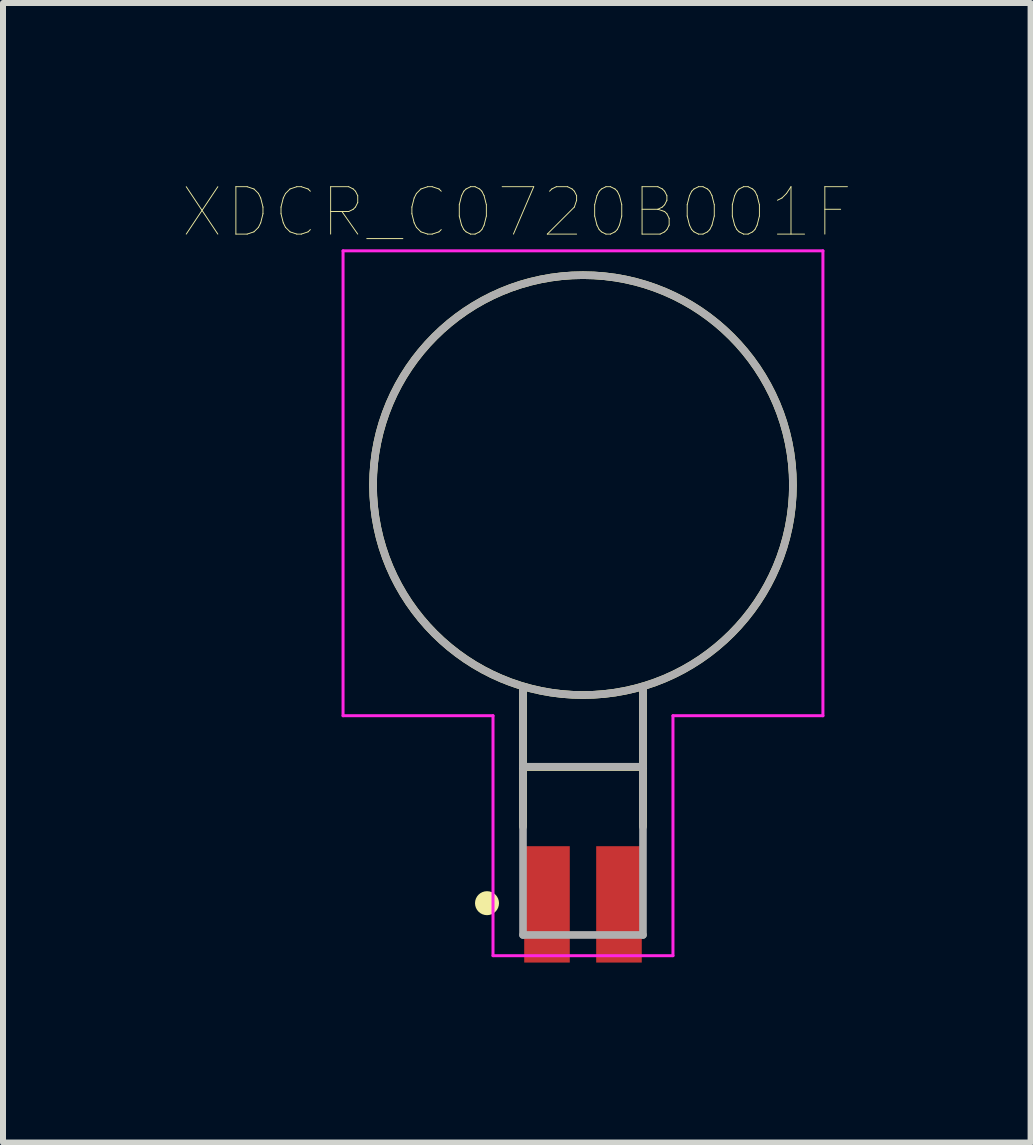
<source format=kicad_pcb>
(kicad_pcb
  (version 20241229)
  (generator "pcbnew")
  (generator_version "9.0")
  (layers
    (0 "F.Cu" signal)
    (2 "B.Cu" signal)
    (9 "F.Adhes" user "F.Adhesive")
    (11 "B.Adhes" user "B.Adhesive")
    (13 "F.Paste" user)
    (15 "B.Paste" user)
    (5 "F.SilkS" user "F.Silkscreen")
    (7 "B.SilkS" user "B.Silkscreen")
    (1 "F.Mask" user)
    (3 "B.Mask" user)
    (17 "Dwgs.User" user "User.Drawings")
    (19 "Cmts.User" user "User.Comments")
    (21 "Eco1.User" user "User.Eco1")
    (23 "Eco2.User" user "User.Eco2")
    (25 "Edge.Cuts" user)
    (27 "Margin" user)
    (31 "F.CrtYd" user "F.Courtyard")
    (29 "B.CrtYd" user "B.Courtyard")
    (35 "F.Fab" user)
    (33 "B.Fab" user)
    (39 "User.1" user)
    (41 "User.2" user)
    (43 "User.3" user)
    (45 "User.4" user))
  (footprint "XDCR_C0720B001F"
    (layer "F.Cu")
    (at 6.669 7.007)
    (property "Reference" "XDCR_C0720B001F" (at -1.103 -6.519 0) (layer "F.SilkS") (effects (font (size 0.79 0.79) (thickness 0.015))))
    (attr through_hole)
    (fp_line (start -1 2.73) (end -1 1.425) (stroke (width 0.127) (type solid)) (layer "F.SilkS"))
    (fp_line (start -1 2.73) (end 1 2.73) (stroke (width 0.127) (type solid)) (layer "F.SilkS"))
    (fp_line (start -1 3.725) (end -1 2.73) (stroke (width 0.127) (type solid)) (layer "F.SilkS"))
    (fp_line (start 1 2.73) (end 1 1.425) (stroke (width 0.127) (type solid)) (layer "F.SilkS"))
    (fp_line (start 1 3.725) (end 1 2.73) (stroke (width 0.127) (type solid)) (layer "F.SilkS"))
    (fp_circle (center -1.6 5) (end -1.5 5) (stroke (width 0.2) (type solid)) (fill no) (layer "F.SilkS"))
    (fp_circle (center 0 -1.97) (end 3.5 -1.97) (stroke (width 0.127) (type solid)) (fill no) (layer "F.SilkS"))
    (fp_line (start -4 -5.875) (end 4 -5.875) (stroke (width 0.05) (type solid)) (layer "F.CrtYd"))
    (fp_line (start -4 1.875) (end -4 -5.875) (stroke (width 0.05) (type solid)) (layer "F.CrtYd"))
    (fp_line (start -1.5 1.875) (end -4 1.875) (stroke (width 0.05) (type solid)) (layer "F.CrtYd"))
    (fp_line (start -1.5 5.875) (end -1.5 1.875) (stroke (width 0.05) (type solid)) (layer "F.CrtYd"))
    (fp_line (start 1.5 1.875) (end 1.5 5.875) (stroke (width 0.05) (type solid)) (layer "F.CrtYd"))
    (fp_line (start 1.5 5.875) (end -1.5 5.875) (stroke (width 0.05) (type solid)) (layer "F.CrtYd"))
    (fp_line (start 4 -5.875) (end 4 1.875) (stroke (width 0.05) (type solid)) (layer "F.CrtYd"))
    (fp_line (start 4 1.875) (end 1.5 1.875) (stroke (width 0.05) (type solid)) (layer "F.CrtYd"))
    (fp_line (start -1 2.725) (end 1 2.725) (stroke (width 0.127) (type solid)) (layer "F.Fab"))
    (fp_line (start -1 5.53) (end -1 1.425) (stroke (width 0.127) (type solid)) (layer "F.Fab"))
    (fp_line (start 1 2.725) (end 1 1.425) (stroke (width 0.127) (type solid)) (layer "F.Fab"))
    (fp_line (start 1 2.73) (end 1 5.53) (stroke (width 0.127) (type solid)) (layer "F.Fab"))
    (fp_line (start 1 5.53) (end -1 5.53) (stroke (width 0.127) (type solid)) (layer "F.Fab"))
    (fp_circle (center 0 -1.97) (end 3.5 -1.97) (stroke (width 0.127) (type solid)) (fill no) (layer "F.Fab"))
    (pad "1" smd rect (at -0.6 5.02) (size 0.76 1.94) (layers "F.Cu" "F.Mask" "F.Paste"))
    (pad "2" smd rect (at 0.6 5.02) (size 0.76 1.94) (layers "F.Cu" "F.Mask" "F.Paste")))
  (gr_rect
    (start -3 -3)
    (end 14.131 15.997)
    (stroke (width 0.1) (type default))
    (fill no)
    (layer "Edge.Cuts")))
</source>
